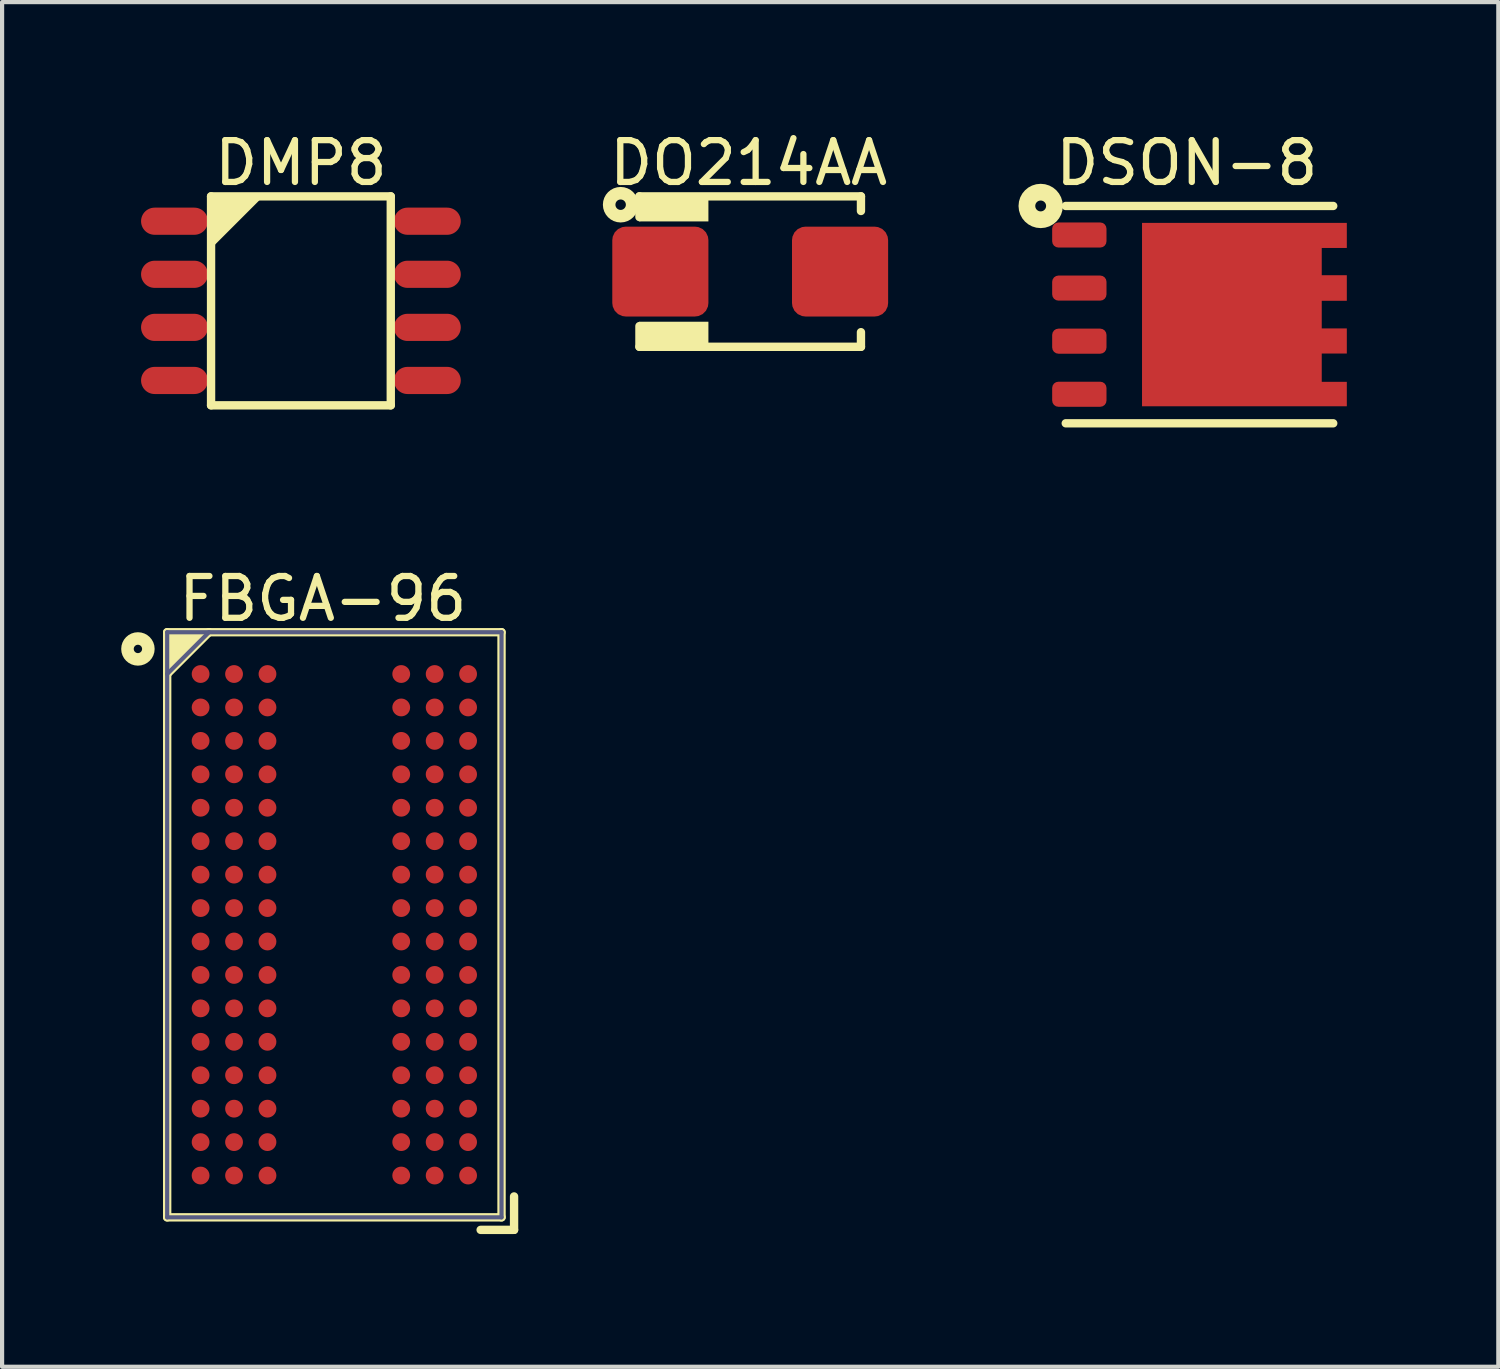
<source format=kicad_pcb>
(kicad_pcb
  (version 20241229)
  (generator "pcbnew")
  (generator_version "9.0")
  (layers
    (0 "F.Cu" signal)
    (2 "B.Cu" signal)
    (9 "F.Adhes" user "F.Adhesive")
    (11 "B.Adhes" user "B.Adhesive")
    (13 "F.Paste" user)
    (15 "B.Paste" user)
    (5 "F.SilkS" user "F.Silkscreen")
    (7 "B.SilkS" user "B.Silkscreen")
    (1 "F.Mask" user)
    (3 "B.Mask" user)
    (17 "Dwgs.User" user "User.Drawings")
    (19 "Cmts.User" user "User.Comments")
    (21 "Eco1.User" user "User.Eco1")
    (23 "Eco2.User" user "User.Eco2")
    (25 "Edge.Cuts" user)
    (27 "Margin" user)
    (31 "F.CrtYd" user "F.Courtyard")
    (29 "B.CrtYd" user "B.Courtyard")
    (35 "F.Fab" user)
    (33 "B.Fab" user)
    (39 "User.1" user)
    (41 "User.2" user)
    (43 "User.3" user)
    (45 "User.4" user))
  (footprint "DMP8"
    (layer "F.Cu")
    (at 4.15 4.148)
    (property "Reference" "DMP8" (at 0 -3.3 0) (layer "F.SilkS") (effects (font (size 1 1) (thickness 0.15))))
    (fp_line (start -2.15 -2.5) (end 2.15 -2.5) (stroke (width 0.2) (type solid)) (layer "F.SilkS"))
    (fp_line (start -2.15 2.5) (end -2.15 -2.5) (stroke (width 0.2) (type solid)) (layer "F.SilkS"))
    (fp_line (start -2.15 2.5) (end 2.15 2.5) (stroke (width 0.2) (type solid)) (layer "F.SilkS"))
    (fp_line (start 2.15 2.5) (end 2.15 -2.5) (stroke (width 0.2) (type solid)) (layer "F.SilkS"))
    (fp_poly (pts (xy -2.15 -2.5) (xy -0.9 -2.5) (xy -2.15 -1.25)) (stroke (width 0) (type default)) (fill yes) (layer "F.SilkS"))
    (fp_line (start -4.1 -2.75) (end 4.1 -2.75) (stroke (width 0.1) (type solid)) (layer "Eco2.User"))
    (fp_line (start -4.1 2.75) (end -4.1 -2.75) (stroke (width 0.1) (type solid)) (layer "Eco2.User"))
    (fp_line (start -4.1 2.75) (end 4.1 2.75) (stroke (width 0.1) (type solid)) (layer "Eco2.User"))
    (fp_line (start 4.1 2.75) (end 4.1 -2.75) (stroke (width 0.1) (type solid)) (layer "Eco2.User"))
    (fp_circle (center 0 0) (end 0 -0.25) (stroke (width 0.5) (type solid)) (fill no) (layer "Eco2.User"))
    (pad "1" smd oval (at -3.025 -1.905 90) (size 0.65 1.6) (layers "F.Cu" "F.Mask" "F.Paste"))
    (pad "2" smd oval (at -3.025 -0.635 90) (size 0.65 1.6) (layers "F.Cu" "F.Mask" "F.Paste"))
    (pad "3" smd oval (at -3.025 0.635 90) (size 0.65 1.6) (layers "F.Cu" "F.Mask" "F.Paste"))
    (pad "4" smd oval (at -3.025 1.905 90) (size 0.65 1.6) (layers "F.Cu" "F.Mask" "F.Paste"))
    (pad "5" smd oval (at 3.025 1.905 90) (size 0.65 1.6) (layers "F.Cu" "F.Mask" "F.Paste"))
    (pad "6" smd oval (at 3.025 0.635 90) (size 0.65 1.6) (layers "F.Cu" "F.Mask" "F.Paste"))
    (pad "7" smd oval (at 3.025 -0.635 90) (size 0.65 1.6) (layers "F.Cu" "F.Mask" "F.Paste"))
    (pad "8" smd oval (at 3.025 -1.905 90) (size 0.65 1.6) (layers "F.Cu" "F.Mask" "F.Paste")))
  (footprint "DSON-8"
    (layer "F.Cu")
    (at 24.75 4.478)
    (property "Reference" "DSON-8" (at 0.597 -3.63 0) (layer "F.SilkS") (effects (font (size 1 1) (thickness 0.15))))
    (fp_line (start -2.3 -2.6) (end 4.1 -2.6) (stroke (width 0.2) (type solid)) (layer "F.SilkS"))
    (fp_line (start -2.3 2.6) (end 4.1 2.6) (stroke (width 0.2) (type solid)) (layer "F.SilkS"))
    (fp_circle (center -2.9 -2.6) (end -2.9 -2.73) (stroke (width 0.4) (type solid)) (fill no) (layer "F.SilkS"))
    (fp_line (start -3.2 -2.9) (end 5 -2.9) (stroke (width 0.1) (type solid)) (layer "Eco2.User"))
    (fp_line (start -3.2 2.75) (end -3.2 -2.9) (stroke (width 0.1) (type solid)) (layer "Eco2.User"))
    (fp_line (start -3.2 2.9) (end -3.2 2.75) (stroke (width 0.1) (type solid)) (layer "Eco2.User"))
    (fp_line (start -3.2 2.9) (end 5 2.9) (stroke (width 0.1) (type solid)) (layer "Eco2.User"))
    (fp_line (start 5 2.9) (end 5 -2.9) (stroke (width 0.1) (type solid)) (layer "Eco2.User"))
    (fp_circle (center 0 0) (end 0 -0.141) (stroke (width 0.4) (type solid)) (fill no) (layer "Eco2.User"))
    (pad "D" smd custom (at -0.475 2.193) (size 0.000001 0.000001) (layers "F.Cu" "F.Mask" "F.Paste") (options (anchor circle)) (primitives (gr_poly (pts (xy 0 0) (xy 4.9 0) (xy 4.9 -0.585) (xy 4.3 -0.585) (xy 4.3 -1.262) (xy 4.9 -1.262) (xy 4.9 -1.863) (xy 4.3 -1.863) (xy 4.3 -2.524) (xy 4.9 -2.524) (xy 4.9 -3.136) (xy 4.3 -3.136) (xy 4.3 -3.788) (xy 4.9 -3.788) (xy 4.9 -4.388) (xy 0 -4.388)) (width 0) (fill yes))))
    (pad "D" smd circle (at 1.975 -0.001) (size 0.025 0.025) (layers "F.Cu" "F.Mask" "F.Paste"))
    (pad "G" smd roundrect (at -1.975 1.905 90) (size 0.6 1.3) (layers "F.Cu" "F.Mask" "F.Paste") (roundrect_rratio 0.25))
    (pad "S" smd roundrect (at -1.975 -1.905 90) (size 0.6 1.3) (layers "F.Cu" "F.Mask" "F.Paste") (roundrect_rratio 0.25))
    (pad "S" smd roundrect (at -1.975 -0.635 90) (size 0.6 1.3) (layers "F.Cu" "F.Mask" "F.Paste") (roundrect_rratio 0.25))
    (pad "S" smd roundrect (at -1.975 0.635 90) (size 0.6 1.3) (layers "F.Cu" "F.Mask" "F.Paste") (roundrect_rratio 0.25)))
  (footprint "FBGA-96"
    (layer "F.Cu")
    (at 4.95 19.077)
    (property "Reference" "FBGA-96" (at -0.275 -7.8 0) (layer "F.SilkS") (effects (font (size 1 1) (thickness 0.15))))
    (fp_line (start 3.5 7.3) (end 4.3 7.3) (stroke (width 0.2) (type solid)) (layer "F.Mask"))
    (fp_line (start 4.3 7.3) (end 4.3 6.5) (stroke (width 0.2) (type solid)) (layer "F.Mask"))
    (fp_line (start -4 -7) (end -3 -7) (stroke (width 0.2) (type solid)) (layer "F.SilkS"))
    (fp_line (start -4 -6) (end -4 -7) (stroke (width 0.2) (type solid)) (layer "F.SilkS"))
    (fp_line (start -4 -6) (end -3 -7) (stroke (width 0.2) (type solid)) (layer "F.SilkS"))
    (fp_line (start -4 7) (end -4 -6) (stroke (width 0.2) (type solid)) (layer "F.SilkS"))
    (fp_line (start -4 7) (end 4 7) (stroke (width 0.2) (type solid)) (layer "F.SilkS"))
    (fp_line (start -3 -7) (end 4 -7) (stroke (width 0.2) (type solid)) (layer "F.SilkS"))
    (fp_line (start 3.5 7.3) (end 4.3 7.3) (stroke (width 0.2) (type solid)) (layer "F.SilkS"))
    (fp_line (start 4 7) (end 4 -7) (stroke (width 0.2) (type solid)) (layer "F.SilkS"))
    (fp_line (start 4.3 7.3) (end 4.3 6.5) (stroke (width 0.2) (type solid)) (layer "F.SilkS"))
    (fp_circle (center -4.7 -6.6) (end -4.7 -6.7) (stroke (width 0.3) (type solid)) (fill no) (layer "F.SilkS"))
    (fp_poly (pts (xy -4 -7) (xy -4 -6) (xy -3 -7)) (stroke (width 0) (type default)) (fill yes) (layer "F.SilkS"))
    (fp_line (start -4.5 -7.5) (end 4.5 -7.5) (stroke (width 0.15) (type solid)) (layer "Eco2.User"))
    (fp_line (start -4.5 7.5) (end -4.5 -7.5) (stroke (width 0.15) (type solid)) (layer "Eco2.User"))
    (fp_line (start -4.5 7.5) (end 4.5 7.5) (stroke (width 0.15) (type solid)) (layer "Eco2.User"))
    (fp_line (start -0.5 0) (end 0.5 0) (stroke (width 0.1) (type solid)) (layer "Eco2.User"))
    (fp_line (start 0 0.5) (end 0 -0.5) (stroke (width 0.1) (type solid)) (layer "Eco2.User"))
    (fp_line (start 4.5 7.5) (end 4.5 -7.5) (stroke (width 0.15) (type solid)) (layer "Eco2.User"))
    (fp_line (start -4 -7) (end 4 -7) (stroke (width 0.1) (type solid)) (layer "B.Fab"))
    (fp_line (start -4 -6) (end -3 -7) (stroke (width 0.1) (type solid)) (layer "B.Fab"))
    (fp_line (start -4 7) (end -4 -7) (stroke (width 0.1) (type solid)) (layer "B.Fab"))
    (fp_line (start -4 7) (end 4 7) (stroke (width 0.1) (type solid)) (layer "B.Fab"))
    (fp_line (start 4 7) (end 4 -7) (stroke (width 0.1) (type solid)) (layer "B.Fab"))
    (pad "A1" smd circle (at -3.2 -6) (size 0.426 0.426) (layers "F.Cu" "F.Mask" "F.Paste"))
    (pad "A2" smd circle (at -2.4 -6) (size 0.426 0.426) (layers "F.Cu" "F.Mask" "F.Paste"))
    (pad "A3" smd circle (at -1.6 -6) (size 0.426 0.426) (layers "F.Cu" "F.Mask" "F.Paste"))
    (pad "A7" smd circle (at 1.6 -6) (size 0.426 0.426) (layers "F.Cu" "F.Mask" "F.Paste"))
    (pad "A8" smd circle (at 2.4 -6) (size 0.426 0.426) (layers "F.Cu" "F.Mask" "F.Paste"))
    (pad "A9" smd circle (at 3.2 -6) (size 0.426 0.426) (layers "F.Cu" "F.Mask" "F.Paste"))
    (pad "B1" smd circle (at -3.2 -5.2) (size 0.426 0.426) (layers "F.Cu" "F.Mask" "F.Paste"))
    (pad "B2" smd circle (at -2.4 -5.2) (size 0.426 0.426) (layers "F.Cu" "F.Mask" "F.Paste"))
    (pad "B3" smd circle (at -1.6 -5.2) (size 0.426 0.426) (layers "F.Cu" "F.Mask" "F.Paste"))
    (pad "B7" smd circle (at 1.6 -5.2) (size 0.426 0.426) (layers "F.Cu" "F.Mask" "F.Paste"))
    (pad "B8" smd circle (at 2.4 -5.2) (size 0.426 0.426) (layers "F.Cu" "F.Mask" "F.Paste"))
    (pad "B9" smd circle (at 3.2 -5.2) (size 0.426 0.426) (layers "F.Cu" "F.Mask" "F.Paste"))
    (pad "C1" smd circle (at -3.2 -4.4) (size 0.426 0.426) (layers "F.Cu" "F.Mask" "F.Paste"))
    (pad "C2" smd circle (at -2.4 -4.4) (size 0.426 0.426) (layers "F.Cu" "F.Mask" "F.Paste"))
    (pad "C3" smd circle (at -1.6 -4.4) (size 0.426 0.426) (layers "F.Cu" "F.Mask" "F.Paste"))
    (pad "C7" smd circle (at 1.6 -4.4) (size 0.426 0.426) (layers "F.Cu" "F.Mask" "F.Paste"))
    (pad "C8" smd circle (at 2.4 -4.4) (size 0.426 0.426) (layers "F.Cu" "F.Mask" "F.Paste"))
    (pad "C9" smd circle (at 3.2 -4.4) (size 0.426 0.426) (layers "F.Cu" "F.Mask" "F.Paste"))
    (pad "D1" smd circle (at -3.2 -3.6) (size 0.426 0.426) (layers "F.Cu" "F.Mask" "F.Paste"))
    (pad "D2" smd circle (at -2.4 -3.6) (size 0.426 0.426) (layers "F.Cu" "F.Mask" "F.Paste"))
    (pad "D3" smd circle (at -1.6 -3.6) (size 0.426 0.426) (layers "F.Cu" "F.Mask" "F.Paste"))
    (pad "D7" smd circle (at 1.6 -3.6) (size 0.426 0.426) (layers "F.Cu" "F.Mask" "F.Paste"))
    (pad "D8" smd circle (at 2.4 -3.6) (size 0.426 0.426) (layers "F.Cu" "F.Mask" "F.Paste"))
    (pad "D9" smd circle (at 3.2 -3.6) (size 0.426 0.426) (layers "F.Cu" "F.Mask" "F.Paste"))
    (pad "E1" smd circle (at -3.2 -2.8) (size 0.426 0.426) (layers "F.Cu" "F.Mask" "F.Paste"))
    (pad "E2" smd circle (at -2.4 -2.8) (size 0.426 0.426) (layers "F.Cu" "F.Mask" "F.Paste"))
    (pad "E3" smd circle (at -1.6 -2.8) (size 0.426 0.426) (layers "F.Cu" "F.Mask" "F.Paste"))
    (pad "E7" smd circle (at 1.6 -2.8) (size 0.426 0.426) (layers "F.Cu" "F.Mask" "F.Paste"))
    (pad "E8" smd circle (at 2.4 -2.8) (size 0.426 0.426) (layers "F.Cu" "F.Mask" "F.Paste"))
    (pad "E9" smd circle (at 3.2 -2.8) (size 0.426 0.426) (layers "F.Cu" "F.Mask" "F.Paste"))
    (pad "F1" smd circle (at -3.2 -2) (size 0.426 0.426) (layers "F.Cu" "F.Mask" "F.Paste"))
    (pad "F2" smd circle (at -2.4 -2) (size 0.426 0.426) (layers "F.Cu" "F.Mask" "F.Paste"))
    (pad "F3" smd circle (at -1.6 -2) (size 0.426 0.426) (layers "F.Cu" "F.Mask" "F.Paste"))
    (pad "F7" smd circle (at 1.6 -2) (size 0.426 0.426) (layers "F.Cu" "F.Mask" "F.Paste"))
    (pad "F8" smd circle (at 2.4 -2) (size 0.426 0.426) (layers "F.Cu" "F.Mask" "F.Paste"))
    (pad "F9" smd circle (at 3.2 -2) (size 0.426 0.426) (layers "F.Cu" "F.Mask" "F.Paste"))
    (pad "G1" smd circle (at -3.2 -1.2) (size 0.426 0.426) (layers "F.Cu" "F.Mask" "F.Paste"))
    (pad "G2" smd circle (at -2.4 -1.2) (size 0.426 0.426) (layers "F.Cu" "F.Mask" "F.Paste"))
    (pad "G3" smd circle (at -1.6 -1.2) (size 0.426 0.426) (layers "F.Cu" "F.Mask" "F.Paste"))
    (pad "G7" smd circle (at 1.6 -1.2) (size 0.426 0.426) (layers "F.Cu" "F.Mask" "F.Paste"))
    (pad "G8" smd circle (at 2.4 -1.2) (size 0.426 0.426) (layers "F.Cu" "F.Mask" "F.Paste"))
    (pad "G9" smd circle (at 3.2 -1.2) (size 0.426 0.426) (layers "F.Cu" "F.Mask" "F.Paste"))
    (pad "H1" smd circle (at -3.2 -0.4) (size 0.426 0.426) (layers "F.Cu" "F.Mask" "F.Paste"))
    (pad "H2" smd circle (at -2.4 -0.4) (size 0.426 0.426) (layers "F.Cu" "F.Mask" "F.Paste"))
    (pad "H3" smd circle (at -1.6 -0.4) (size 0.426 0.426) (layers "F.Cu" "F.Mask" "F.Paste"))
    (pad "H7" smd circle (at 1.6 -0.4) (size 0.426 0.426) (layers "F.Cu" "F.Mask" "F.Paste"))
    (pad "H8" smd circle (at 2.4 -0.4) (size 0.426 0.426) (layers "F.Cu" "F.Mask" "F.Paste"))
    (pad "H9" smd circle (at 3.2 -0.4) (size 0.426 0.426) (layers "F.Cu" "F.Mask" "F.Paste"))
    (pad "J1" smd circle (at -3.2 0.4) (size 0.426 0.426) (layers "F.Cu" "F.Mask" "F.Paste"))
    (pad "J2" smd circle (at -2.4 0.4) (size 0.426 0.426) (layers "F.Cu" "F.Mask" "F.Paste"))
    (pad "J3" smd circle (at -1.6 0.4) (size 0.426 0.426) (layers "F.Cu" "F.Mask" "F.Paste"))
    (pad "J7" smd circle (at 1.6 0.4) (size 0.426 0.426) (layers "F.Cu" "F.Mask" "F.Paste"))
    (pad "J8" smd circle (at 2.4 0.4) (size 0.426 0.426) (layers "F.Cu" "F.Mask" "F.Paste"))
    (pad "J9" smd circle (at 3.2 0.4) (size 0.426 0.426) (layers "F.Cu" "F.Mask" "F.Paste"))
    (pad "K1" smd circle (at -3.2 1.2) (size 0.426 0.426) (layers "F.Cu" "F.Mask" "F.Paste"))
    (pad "K2" smd circle (at -2.4 1.2) (size 0.426 0.426) (layers "F.Cu" "F.Mask" "F.Paste"))
    (pad "K3" smd circle (at -1.6 1.2) (size 0.426 0.426) (layers "F.Cu" "F.Mask" "F.Paste"))
    (pad "K7" smd circle (at 1.6 1.2) (size 0.426 0.426) (layers "F.Cu" "F.Mask" "F.Paste"))
    (pad "K8" smd circle (at 2.4 1.2) (size 0.426 0.426) (layers "F.Cu" "F.Mask" "F.Paste"))
    (pad "K9" smd circle (at 3.2 1.2) (size 0.426 0.426) (layers "F.Cu" "F.Mask" "F.Paste"))
    (pad "L1" smd circle (at -3.2 2) (size 0.426 0.426) (layers "F.Cu" "F.Mask" "F.Paste"))
    (pad "L2" smd circle (at -2.4 2) (size 0.426 0.426) (layers "F.Cu" "F.Mask" "F.Paste"))
    (pad "L3" smd circle (at -1.6 2) (size 0.426 0.426) (layers "F.Cu" "F.Mask" "F.Paste"))
    (pad "L7" smd circle (at 1.6 2) (size 0.426 0.426) (layers "F.Cu" "F.Mask" "F.Paste"))
    (pad "L8" smd circle (at 2.4 2) (size 0.426 0.426) (layers "F.Cu" "F.Mask" "F.Paste"))
    (pad "L9" smd circle (at 3.2 2) (size 0.426 0.426) (layers "F.Cu" "F.Mask" "F.Paste"))
    (pad "M1" smd circle (at -3.2 2.8) (size 0.426 0.426) (layers "F.Cu" "F.Mask" "F.Paste"))
    (pad "M2" smd circle (at -2.4 2.8) (size 0.426 0.426) (layers "F.Cu" "F.Mask" "F.Paste"))
    (pad "M3" smd circle (at -1.6 2.8) (size 0.426 0.426) (layers "F.Cu" "F.Mask" "F.Paste"))
    (pad "M7" smd circle (at 1.6 2.8) (size 0.426 0.426) (layers "F.Cu" "F.Mask" "F.Paste"))
    (pad "M8" smd circle (at 2.4 2.8) (size 0.426 0.426) (layers "F.Cu" "F.Mask" "F.Paste"))
    (pad "M9" smd circle (at 3.2 2.8) (size 0.426 0.426) (layers "F.Cu" "F.Mask" "F.Paste"))
    (pad "N1" smd circle (at -3.2 3.6) (size 0.426 0.426) (layers "F.Cu" "F.Mask" "F.Paste"))
    (pad "N2" smd circle (at -2.4 3.6) (size 0.426 0.426) (layers "F.Cu" "F.Mask" "F.Paste"))
    (pad "N3" smd circle (at -1.6 3.6) (size 0.426 0.426) (layers "F.Cu" "F.Mask" "F.Paste"))
    (pad "N7" smd circle (at 1.6 3.6) (size 0.426 0.426) (layers "F.Cu" "F.Mask" "F.Paste"))
    (pad "N8" smd circle (at 2.4 3.6) (size 0.426 0.426) (layers "F.Cu" "F.Mask" "F.Paste"))
    (pad "N9" smd circle (at 3.2 3.6) (size 0.426 0.426) (layers "F.Cu" "F.Mask" "F.Paste"))
    (pad "P1" smd circle (at -3.2 4.4) (size 0.426 0.426) (layers "F.Cu" "F.Mask" "F.Paste"))
    (pad "P2" smd circle (at -2.4 4.4) (size 0.426 0.426) (layers "F.Cu" "F.Mask" "F.Paste"))
    (pad "P3" smd circle (at -1.6 4.4) (size 0.426 0.426) (layers "F.Cu" "F.Mask" "F.Paste"))
    (pad "P7" smd circle (at 1.6 4.4) (size 0.426 0.426) (layers "F.Cu" "F.Mask" "F.Paste"))
    (pad "P8" smd circle (at 2.4 4.4) (size 0.426 0.426) (layers "F.Cu" "F.Mask" "F.Paste"))
    (pad "P9" smd circle (at 3.2 4.4) (size 0.426 0.426) (layers "F.Cu" "F.Mask" "F.Paste"))
    (pad "R1" smd circle (at -3.2 5.2) (size 0.426 0.426) (layers "F.Cu" "F.Mask" "F.Paste"))
    (pad "R2" smd circle (at -2.4 5.2) (size 0.426 0.426) (layers "F.Cu" "F.Mask" "F.Paste"))
    (pad "R3" smd circle (at -1.6 5.2) (size 0.426 0.426) (layers "F.Cu" "F.Mask" "F.Paste"))
    (pad "R7" smd circle (at 1.6 5.2) (size 0.426 0.426) (layers "F.Cu" "F.Mask" "F.Paste"))
    (pad "R8" smd circle (at 2.4 5.2) (size 0.426 0.426) (layers "F.Cu" "F.Mask" "F.Paste"))
    (pad "R9" smd circle (at 3.2 5.2) (size 0.426 0.426) (layers "F.Cu" "F.Mask" "F.Paste"))
    (pad "T1" smd circle (at -3.2 6) (size 0.426 0.426) (layers "F.Cu" "F.Mask" "F.Paste"))
    (pad "T2" smd circle (at -2.4 6) (size 0.426 0.426) (layers "F.Cu" "F.Mask" "F.Paste"))
    (pad "T3" smd circle (at -1.6 6) (size 0.426 0.426) (layers "F.Cu" "F.Mask" "F.Paste"))
    (pad "T7" smd circle (at 1.6 6) (size 0.426 0.426) (layers "F.Cu" "F.Mask" "F.Paste"))
    (pad "T8" smd circle (at 2.4 6) (size 0.426 0.426) (layers "F.Cu" "F.Mask" "F.Paste"))
    (pad "T9" smd circle (at 3.2 6) (size 0.426 0.426) (layers "F.Cu" "F.Mask" "F.Paste")))
  (footprint "DO214AA"
    (layer "F.Cu")
    (at 14.9 3.448)
    (property "Reference" "DO214AA" (at -0.037 -2.6 0) (layer "F.SilkS") (effects (font (size 1 1) (thickness 0.15))))
    (fp_line (start -2.65 -1.8) (end 2.65 -1.8) (stroke (width 0.2) (type solid)) (layer "F.SilkS"))
    (fp_line (start -2.65 -1.304) (end -2.65 -1.8) (stroke (width 0.2) (type solid)) (layer "F.SilkS"))
    (fp_line (start -2.65 1.8) (end -2.65 1.304) (stroke (width 0.2) (type solid)) (layer "F.SilkS"))
    (fp_line (start -2.65 1.8) (end 2.65 1.8) (stroke (width 0.2) (type solid)) (layer "F.SilkS"))
    (fp_line (start 2.65 -1.45) (end 2.65 -1.8) (stroke (width 0.2) (type solid)) (layer "F.SilkS"))
    (fp_line (start 2.65 1.8) (end 2.65 1.45) (stroke (width 0.2) (type solid)) (layer "F.SilkS"))
    (fp_rect (start -2.659 -1.2) (end -1 -1.8) (stroke (width 0) (type default)) (fill yes) (layer "F.SilkS"))
    (fp_rect (start -2.659 1.8) (end -1 1.2) (stroke (width 0) (type default)) (fill yes) (layer "F.SilkS"))
    (fp_circle (center -3.1 -1.6) (end -3.1 -1.725) (stroke (width 0.3) (type solid)) (fill no) (layer "F.SilkS"))
    (fp_line (start -3.55 -2.25) (end 3.55 -2.25) (stroke (width 0.1) (type solid)) (layer "Eco2.User"))
    (fp_line (start -3.55 2.25) (end -3.55 -2.25) (stroke (width 0.1) (type solid)) (layer "Eco2.User"))
    (fp_line (start -3.55 2.25) (end 3.55 2.25) (stroke (width 0.1) (type solid)) (layer "Eco2.User"))
    (fp_line (start 3.55 2.25) (end 3.55 -2.25) (stroke (width 0.1) (type solid)) (layer "Eco2.User"))
    (fp_circle (center 0 0) (end 0 -0.141) (stroke (width 0.3) (type solid)) (fill no) (layer "Eco2.User"))
    (pad "A" smd roundrect (at 2.15 0) (size 2.3 2.15) (layers "F.Cu" "F.Mask" "F.Paste") (roundrect_rratio 0.15))
    (pad "K" smd roundrect (at -2.15 0) (size 2.3 2.15) (layers "F.Cu" "F.Mask" "F.Paste") (roundrect_rratio 0.15)))
  (gr_rect
    (start -3 -3)
    (end 32.8 29.652)
    (stroke (width 0.1) (type default))
    (fill no)
    (layer "Edge.Cuts")))
</source>
